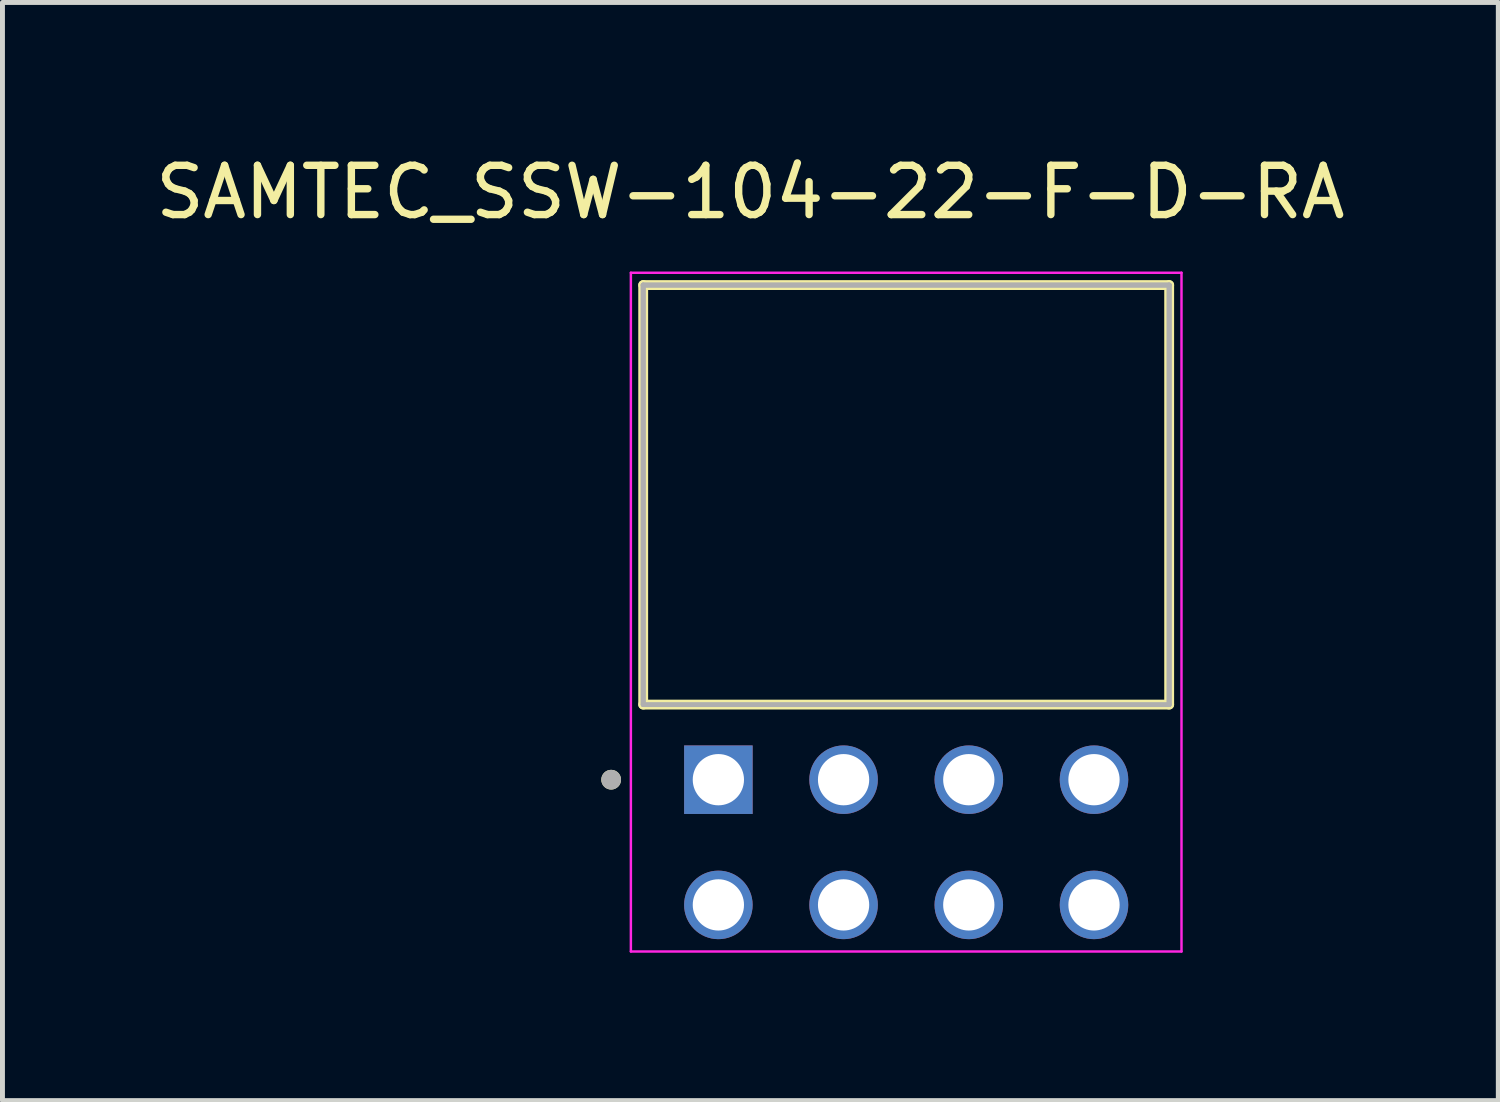
<source format=kicad_pcb>
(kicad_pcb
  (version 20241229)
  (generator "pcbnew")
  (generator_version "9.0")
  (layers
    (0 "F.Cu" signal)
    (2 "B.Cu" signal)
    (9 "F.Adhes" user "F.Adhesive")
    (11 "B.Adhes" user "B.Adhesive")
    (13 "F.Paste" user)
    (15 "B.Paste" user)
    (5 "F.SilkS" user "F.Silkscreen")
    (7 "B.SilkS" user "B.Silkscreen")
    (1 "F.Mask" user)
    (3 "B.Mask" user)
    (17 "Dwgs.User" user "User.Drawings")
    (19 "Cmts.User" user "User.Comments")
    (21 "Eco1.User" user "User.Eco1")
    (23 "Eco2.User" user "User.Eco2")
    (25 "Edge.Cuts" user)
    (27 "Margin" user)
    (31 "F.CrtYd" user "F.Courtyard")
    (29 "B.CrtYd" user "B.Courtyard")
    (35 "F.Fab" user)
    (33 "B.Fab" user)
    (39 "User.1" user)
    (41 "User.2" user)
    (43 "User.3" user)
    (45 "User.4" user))
  (footprint "SAMTEC_SSW-104-22-F-D-RA"
    (layer "F.Cu")
    (at 11.523 12.767)
    (property "Reference" "SAMTEC_SSW-104-22-F-D-RA" (at 0.65 -11.919 0) (layer "F.SilkS") (effects (font (size 1 1) (thickness 0.15))))
    (attr through_hole)
    (fp_line (start -1.525 -1.524) (end -1.525 -10.034) (stroke (width 0.2) (type solid)) (layer "F.SilkS"))
    (fp_line (start 9.145 -10.034) (end -1.525 -10.034) (stroke (width 0.2) (type solid)) (layer "F.SilkS"))
    (fp_line (start 9.145 -10.034) (end 9.145 -1.524) (stroke (width 0.2) (type solid)) (layer "F.SilkS"))
    (fp_line (start 9.145 -1.524) (end -1.525 -1.524) (stroke (width 0.2) (type solid)) (layer "F.SilkS"))
    (fp_circle (center -2.175 0) (end -2.075 0) (stroke (width 0.2) (type solid)) (fill no) (layer "F.SilkS"))
    (fp_line (start -1.775 -10.284) (end 9.395 -10.284) (stroke (width 0.05) (type solid)) (layer "F.CrtYd"))
    (fp_line (start -1.775 3.485) (end -1.775 -10.284) (stroke (width 0.05) (type solid)) (layer "F.CrtYd"))
    (fp_line (start 9.395 -10.284) (end 9.395 3.485) (stroke (width 0.05) (type solid)) (layer "F.CrtYd"))
    (fp_line (start 9.395 3.485) (end -1.775 3.485) (stroke (width 0.05) (type solid)) (layer "F.CrtYd"))
    (fp_line (start -1.525 -10.034) (end 9.145 -10.034) (stroke (width 0.1) (type solid)) (layer "F.Fab"))
    (fp_line (start -1.525 -10.034) (end 9.145 -10.034) (stroke (width 0.1) (type solid)) (layer "F.Fab"))
    (fp_line (start -1.525 -1.524) (end -1.525 -10.034) (stroke (width 0.1) (type solid)) (layer "F.Fab"))
    (fp_line (start -1.525 -1.524) (end -1.525 -10.034) (stroke (width 0.1) (type solid)) (layer "F.Fab"))
    (fp_line (start 9.145 -10.034) (end 9.145 -1.524) (stroke (width 0.1) (type solid)) (layer "F.Fab"))
    (fp_line (start 9.145 -10.034) (end 9.145 -1.524) (stroke (width 0.1) (type solid)) (layer "F.Fab"))
    (fp_line (start 9.145 -1.524) (end -1.525 -1.524) (stroke (width 0.1) (type solid)) (layer "F.Fab"))
    (fp_circle (center -2.175 0) (end -2.075 0) (stroke (width 0.2) (type solid)) (fill no) (layer "F.Fab"))
    (pad "01" thru_hole rect (at 0 0) (size 1.39 1.39) (drill 1.04) (layers "*.Cu" "*.Mask"))
    (pad "02" thru_hole circle (at 0 2.54) (size 1.39 1.39) (drill 1.04) (layers "*.Cu" "*.Mask"))
    (pad "03" thru_hole circle (at 2.54 0) (size 1.39 1.39) (drill 1.04) (layers "*.Cu" "*.Mask"))
    (pad "04" thru_hole circle (at 2.54 2.54) (size 1.39 1.39) (drill 1.04) (layers "*.Cu" "*.Mask"))
    (pad "05" thru_hole circle (at 5.08 0) (size 1.39 1.39) (drill 1.04) (layers "*.Cu" "*.Mask"))
    (pad "06" thru_hole circle (at 5.08 2.54) (size 1.39 1.39) (drill 1.04) (layers "*.Cu" "*.Mask"))
    (pad "07" thru_hole circle (at 7.62 0) (size 1.39 1.39) (drill 1.04) (layers "*.Cu" "*.Mask"))
    (pad "08" thru_hole circle (at 7.62 2.54) (size 1.39 1.39) (drill 1.04) (layers "*.Cu" "*.Mask")))
  (gr_rect
    (start -3 -3)
    (end 27.345 19.277)
    (stroke (width 0.1) (type default))
    (fill no)
    (layer "Edge.Cuts")))
</source>
